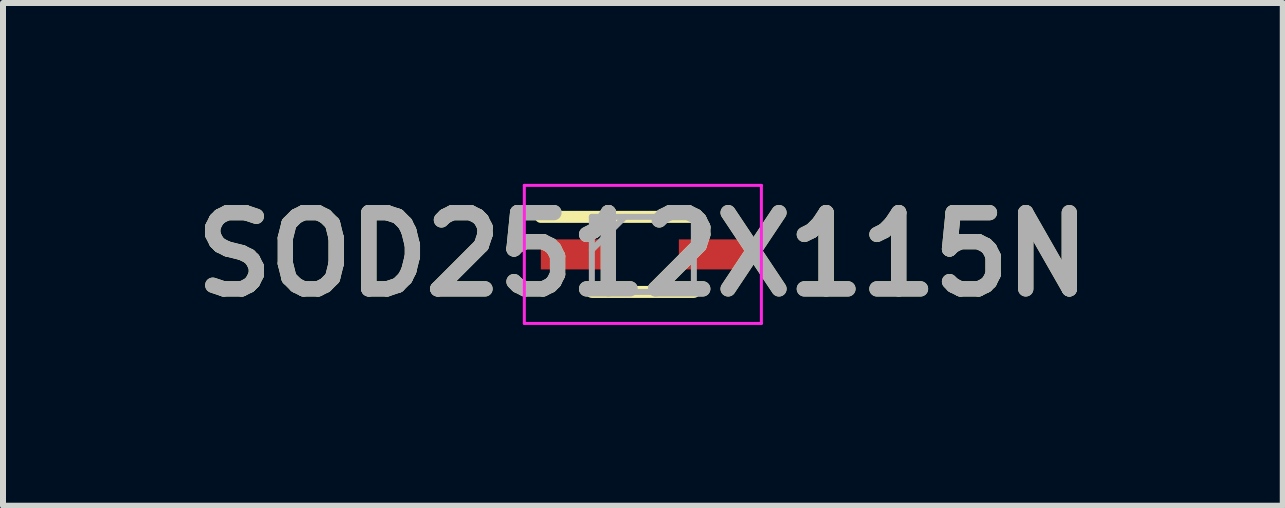
<source format=kicad_pcb>
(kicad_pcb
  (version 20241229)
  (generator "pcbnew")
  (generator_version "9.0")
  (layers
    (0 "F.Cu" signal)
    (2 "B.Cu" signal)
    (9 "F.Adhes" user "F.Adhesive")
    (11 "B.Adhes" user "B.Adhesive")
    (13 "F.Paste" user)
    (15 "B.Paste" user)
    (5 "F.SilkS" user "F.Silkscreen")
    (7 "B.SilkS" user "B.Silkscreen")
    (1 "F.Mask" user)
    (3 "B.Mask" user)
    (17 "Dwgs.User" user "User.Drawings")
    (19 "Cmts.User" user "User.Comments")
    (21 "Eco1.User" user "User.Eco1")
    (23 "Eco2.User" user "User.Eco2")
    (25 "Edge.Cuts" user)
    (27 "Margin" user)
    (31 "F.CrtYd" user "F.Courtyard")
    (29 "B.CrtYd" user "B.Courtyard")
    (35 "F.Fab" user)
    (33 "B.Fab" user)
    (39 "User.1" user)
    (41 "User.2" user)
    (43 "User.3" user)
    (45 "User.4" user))
  (footprint "SOD2512X115N"
    (layer "F.Cu")
    (at 7.662 1.189)
    (property "Reference" "SOD2512X115N" (at 0 0 0) (layer "F.SilkS") (effects (font (size 1.27 1.27) (thickness 0.254))))
    (attr smd)
    (fp_line (start -1.7 -0.625) (end 0.85 -0.625) (stroke (width 0.2) (type solid)) (layer "F.SilkS"))
    (fp_line (start -0.85 0.625) (end 0.85 0.625) (stroke (width 0.2) (type solid)) (layer "F.SilkS"))
    (fp_line (start -1.975 -1.15) (end 1.975 -1.15) (stroke (width 0.05) (type solid)) (layer "F.CrtYd"))
    (fp_line (start -1.975 1.15) (end -1.975 -1.15) (stroke (width 0.05) (type solid)) (layer "F.CrtYd"))
    (fp_line (start 1.975 -1.15) (end 1.975 1.15) (stroke (width 0.05) (type solid)) (layer "F.CrtYd"))
    (fp_line (start 1.975 1.15) (end -1.975 1.15) (stroke (width 0.05) (type solid)) (layer "F.CrtYd"))
    (fp_line (start -0.85 -0.625) (end 0.85 -0.625) (stroke (width 0.1) (type solid)) (layer "F.Fab"))
    (fp_line (start -0.85 -0.075) (end -0.3 -0.625) (stroke (width 0.1) (type solid)) (layer "F.Fab"))
    (fp_line (start -0.85 0.625) (end -0.85 -0.625) (stroke (width 0.1) (type solid)) (layer "F.Fab"))
    (fp_line (start 0.85 -0.625) (end 0.85 0.625) (stroke (width 0.1) (type solid)) (layer "F.Fab"))
    (fp_line (start 0.85 0.625) (end -0.85 0.625) (stroke (width 0.1) (type solid)) (layer "F.Fab"))
    (fp_text user "${REFERENCE}" (at 0 0 0) (layer "F.Fab") (effects (font (size 1.27 1.27) (thickness 0.254))))
    (pad "1" smd rect (at -1.15 0 90) (size 0.5 1.1) (layers "F.Cu" "F.Mask" "F.Paste"))
    (pad "2" smd rect (at 1.15 0 90) (size 0.5 1.1) (layers "F.Cu" "F.Mask" "F.Paste")))
  (gr_rect
    (start -3 -3)
    (end 18.325 5.377)
    (stroke (width 0.1) (type default))
    (fill no)
    (layer "Edge.Cuts")))
</source>
